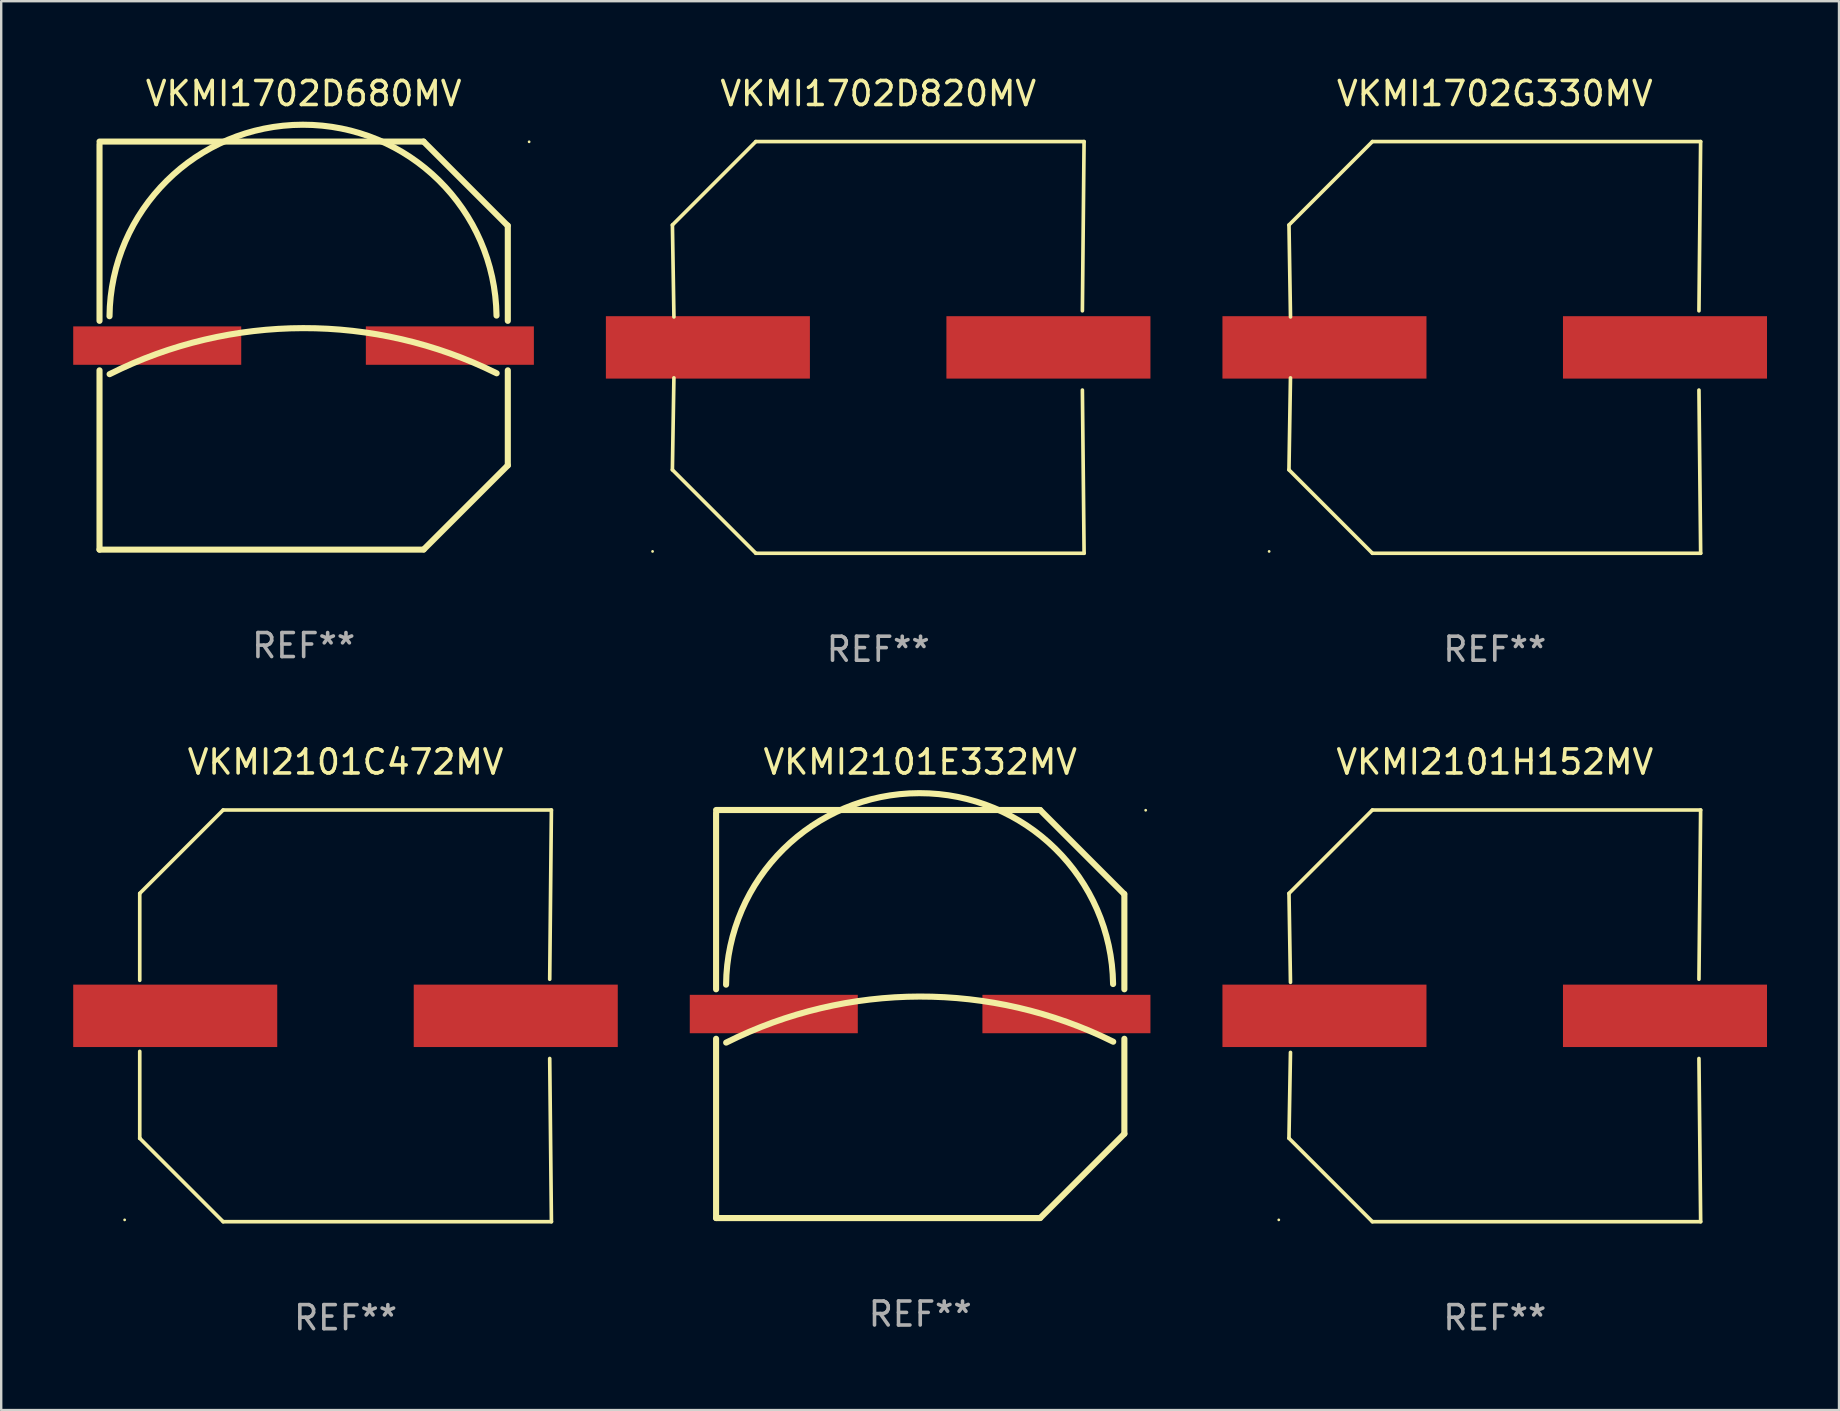
<source format=kicad_pcb>
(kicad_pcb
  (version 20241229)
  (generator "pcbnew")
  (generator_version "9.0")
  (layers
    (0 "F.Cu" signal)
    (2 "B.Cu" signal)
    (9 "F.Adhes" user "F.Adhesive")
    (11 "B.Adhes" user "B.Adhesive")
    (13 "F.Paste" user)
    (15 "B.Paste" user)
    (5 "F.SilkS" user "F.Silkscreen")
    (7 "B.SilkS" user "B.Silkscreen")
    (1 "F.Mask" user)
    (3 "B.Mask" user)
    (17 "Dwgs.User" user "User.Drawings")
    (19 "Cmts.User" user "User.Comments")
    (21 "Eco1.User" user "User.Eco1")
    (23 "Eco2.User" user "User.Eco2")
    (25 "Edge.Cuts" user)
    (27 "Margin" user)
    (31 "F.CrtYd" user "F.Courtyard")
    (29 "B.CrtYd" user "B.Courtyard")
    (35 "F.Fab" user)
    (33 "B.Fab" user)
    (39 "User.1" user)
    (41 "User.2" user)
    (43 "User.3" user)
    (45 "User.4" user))
  (footprint "VKMI1702G330MV"
    (layer "F.Cu")
    (at 59.226 11.424)
    (property "Reference" "VKMI1702G330MV" (at 0 -10.576 0) (layer "F.SilkS") (effects (font (size 1 1) (thickness 0.15))))
    (attr through_hole)
    (fp_line (start -8.576 5.099) (end -8.513 1.269) (stroke (width 0.152) (type solid)) (layer "F.SilkS"))
    (fp_line (start -8.575 -5.101) (end -8.512 -1.271) (stroke (width 0.152) (type solid)) (layer "F.SilkS"))
    (fp_line (start -5.1 -8.576) (end -8.575 -5.101) (stroke (width 0.152) (type solid)) (layer "F.SilkS"))
    (fp_line (start -5.1 8.576) (end -8.576 5.099) (stroke (width 0.152) (type solid)) (layer "F.SilkS"))
    (fp_line (start 8.505 -1.525) (end 8.575 -8.576) (stroke (width 0.152) (type solid)) (layer "F.SilkS"))
    (fp_line (start 8.505 1.777) (end 8.576 8.576) (stroke (width 0.152) (type solid)) (layer "F.SilkS"))
    (fp_line (start 8.575 -8.576) (end -5.1 -8.576) (stroke (width 0.152) (type solid)) (layer "F.SilkS"))
    (fp_line (start 8.576 8.576) (end -5.1 8.576) (stroke (width 0.152) (type solid)) (layer "F.SilkS"))
    (fp_circle (center -9.402 8.499) (end -9.372 8.499) (stroke (width 0.06) (type solid)) (fill no) (layer "F.SilkS"))
    (fp_text user "REF**" (at 0 12.576 0) (layer "F.Fab") (effects (font (size 1 1) (thickness 0.15))))
    (pad "1" smd rect (at -7.097 -0.001) (size 8.5 2.6) (layers "F.Cu" "F.Mask" "F.Paste"))
    (pad "2" smd rect (at 7.09 -0.001) (size 8.5 2.6) (layers "F.Cu" "F.Mask" "F.Paste")))
  (footprint "VKMI1702D820MV"
    (layer "F.Cu")
    (at 33.539 11.424)
    (property "Reference" "VKMI1702D820MV" (at 0 -10.576 0) (layer "F.SilkS") (effects (font (size 1 1) (thickness 0.15))))
    (attr through_hole)
    (fp_line (start -8.576 5.099) (end -8.513 1.269) (stroke (width 0.152) (type solid)) (layer "F.SilkS"))
    (fp_line (start -8.575 -5.101) (end -8.512 -1.271) (stroke (width 0.152) (type solid)) (layer "F.SilkS"))
    (fp_line (start -5.1 -8.576) (end -8.575 -5.101) (stroke (width 0.152) (type solid)) (layer "F.SilkS"))
    (fp_line (start -5.1 8.576) (end -8.576 5.099) (stroke (width 0.152) (type solid)) (layer "F.SilkS"))
    (fp_line (start 8.505 -1.525) (end 8.575 -8.576) (stroke (width 0.152) (type solid)) (layer "F.SilkS"))
    (fp_line (start 8.505 1.777) (end 8.576 8.576) (stroke (width 0.152) (type solid)) (layer "F.SilkS"))
    (fp_line (start 8.575 -8.576) (end -5.1 -8.576) (stroke (width 0.152) (type solid)) (layer "F.SilkS"))
    (fp_line (start 8.576 8.576) (end -5.1 8.576) (stroke (width 0.152) (type solid)) (layer "F.SilkS"))
    (fp_circle (center -9.402 8.499) (end -9.372 8.499) (stroke (width 0.06) (type solid)) (fill no) (layer "F.SilkS"))
    (fp_text user "REF**" (at 0 12.576 0) (layer "F.Fab") (effects (font (size 1 1) (thickness 0.15))))
    (pad "1" smd rect (at -7.097 -0.001) (size 8.5 2.6) (layers "F.Cu" "F.Mask" "F.Paste"))
    (pad "2" smd rect (at 7.09 -0.001) (size 8.5 2.6) (layers "F.Cu" "F.Mask" "F.Paste")))
  (footprint "VKMI2101H152MV"
    (layer "F.Cu")
    (at 59.226 39.272)
    (property "Reference" "VKMI2101H152MV" (at 0 -10.576 0) (layer "F.SilkS") (effects (font (size 1 1) (thickness 0.15))))
    (attr through_hole)
    (fp_line (start -8.576 5.099) (end -8.513 1.523) (stroke (width 0.152) (type solid)) (layer "F.SilkS"))
    (fp_line (start -8.575 -5.101) (end -8.513 -1.398) (stroke (width 0.152) (type solid)) (layer "F.SilkS"))
    (fp_line (start -5.1 -8.576) (end -8.575 -5.101) (stroke (width 0.152) (type solid)) (layer "F.SilkS"))
    (fp_line (start -5.1 8.576) (end -8.576 5.099) (stroke (width 0.152) (type solid)) (layer "F.SilkS"))
    (fp_line (start 8.505 -1.525) (end 8.575 -8.576) (stroke (width 0.152) (type solid)) (layer "F.SilkS"))
    (fp_line (start 8.505 1.777) (end 8.576 8.576) (stroke (width 0.152) (type solid)) (layer "F.SilkS"))
    (fp_line (start 8.575 -8.576) (end -5.1 -8.576) (stroke (width 0.152) (type solid)) (layer "F.SilkS"))
    (fp_line (start 8.576 8.576) (end -5.1 8.576) (stroke (width 0.152) (type solid)) (layer "F.SilkS"))
    (fp_circle (center -9 8.5) (end -8.97 8.5) (stroke (width 0.06) (type solid)) (fill no) (layer "F.SilkS"))
    (fp_text user "REF**" (at 0 12.576 0) (layer "F.Fab") (effects (font (size 1 1) (thickness 0.15))))
    (pad "1" smd rect (at -7.097 -0.001) (size 8.5 2.6) (layers "F.Cu" "F.Mask" "F.Paste"))
    (pad "2" smd rect (at 7.09 -0.001) (size 8.5 2.6) (layers "F.Cu" "F.Mask" "F.Paste")))
  (footprint "VKMI2101E332MV"
    (layer "F.Cu")
    (at 35.288 39.196)
    (property "Reference" "VKMI2101E332MV" (at 0 -10.5 0) (layer "F.SilkS") (effects (font (size 1 1) (thickness 0.15))))
    (attr through_hole)
    (fp_line (start -8.505 -1.031) (end -8.505 -8.39) (stroke (width 0.254) (type solid)) (layer "F.SilkS"))
    (fp_line (start -8.505 8.5) (end -8.505 1.031) (stroke (width 0.254) (type solid)) (layer "F.SilkS"))
    (fp_line (start -8.505 8.5) (end 4.995 8.5) (stroke (width 0.254) (type solid)) (layer "F.SilkS"))
    (fp_line (start 4.995 -8.5) (end -8.505 -8.5) (stroke (width 0.254) (type solid)) (layer "F.SilkS"))
    (fp_line (start 8.495 -5) (end 4.996 -8.499) (stroke (width 0.254) (type solid)) (layer "F.SilkS"))
    (fp_line (start 8.505 -1.031) (end 8.505 -5) (stroke (width 0.254) (type solid)) (layer "F.SilkS"))
    (fp_line (start 8.505 4.99) (end 5.006 8.489) (stroke (width 0.254) (type solid)) (layer "F.SilkS"))
    (fp_line (start 8.505 4.99) (end 8.505 1.031) (stroke (width 0.254) (type solid)) (layer "F.SilkS"))
    (fp_arc (start -8.088785 -1.223851) (mid -0.039808 -9.201014) (end 8.035014 -1.250013) (stroke (width 0.254001) (type solid)) (layer "F.SilkS"))
    (fp_arc (start -8.085001 1.189992) (mid -0.026494 -0.727673) (end 8.040653 1.153314) (stroke (width 0.254001) (type solid)) (layer "F.SilkS"))
    (fp_circle (center 9.393 -8.49) (end 9.423 -8.49) (stroke (width 0.06) (type solid)) (fill no) (layer "F.SilkS"))
    (fp_text user "REF**" (at 0 12.5 0) (layer "F.Fab") (effects (font (size 1 1) (thickness 0.15))))
    (pad "1" smd rect (at 6.091 0 270) (size 1.6 7) (layers "F.Cu" "F.Mask" "F.Paste"))
    (pad "2" smd rect (at -6.101 0 270) (size 1.6 7) (layers "F.Cu" "F.Mask" "F.Paste")))
  (footprint "VKMI2101C472MV"
    (layer "F.Cu")
    (at 11.347 39.272)
    (property "Reference" "VKMI2101C472MV" (at 0 -10.576 0) (layer "F.SilkS") (effects (font (size 1 1) (thickness 0.15))))
    (attr through_hole)
    (fp_line (start -8.575 -5.101) (end -8.575 -1.481) (stroke (width 0.152) (type solid)) (layer "F.SilkS"))
    (fp_line (start -8.575 1.48) (end -8.575 5.098) (stroke (width 0.152) (type solid)) (layer "F.SilkS"))
    (fp_line (start -8.575 5.098) (end -8.576 5.099) (stroke (width 0.152) (type solid)) (layer "F.SilkS"))
    (fp_line (start -5.1 -8.576) (end -8.575 -5.101) (stroke (width 0.152) (type solid)) (layer "F.SilkS"))
    (fp_line (start -5.1 8.576) (end -8.576 5.099) (stroke (width 0.152) (type solid)) (layer "F.SilkS"))
    (fp_line (start 8.505 -1.525) (end 8.575 -8.576) (stroke (width 0.152) (type solid)) (layer "F.SilkS"))
    (fp_line (start 8.505 1.777) (end 8.576 8.576) (stroke (width 0.152) (type solid)) (layer "F.SilkS"))
    (fp_line (start 8.575 -8.576) (end -5.1 -8.576) (stroke (width 0.152) (type solid)) (layer "F.SilkS"))
    (fp_line (start 8.576 8.576) (end -5.1 8.576) (stroke (width 0.152) (type solid)) (layer "F.SilkS"))
    (fp_circle (center -9.204 8.5) (end -9.174 8.5) (stroke (width 0.06) (type solid)) (fill no) (layer "F.SilkS"))
    (fp_text user "REF**" (at 0 12.576 0) (layer "F.Fab") (effects (font (size 1 1) (thickness 0.15))))
    (pad "1" smd rect (at -7.097 -0.001) (size 8.5 2.6) (layers "F.Cu" "F.Mask" "F.Paste"))
    (pad "2" smd rect (at 7.09 -0.001) (size 8.5 2.6) (layers "F.Cu" "F.Mask" "F.Paste")))
  (footprint "VKMI1702D680MV"
    (layer "F.Cu")
    (at 9.601 11.348)
    (property "Reference" "VKMI1702D680MV" (at 0 -10.5 0) (layer "F.SilkS") (effects (font (size 1 1) (thickness 0.15))))
    (attr through_hole)
    (fp_line (start -8.505 -1.031) (end -8.505 -8.39) (stroke (width 0.254) (type solid)) (layer "F.SilkS"))
    (fp_line (start -8.505 8.5) (end -8.505 1.031) (stroke (width 0.254) (type solid)) (layer "F.SilkS"))
    (fp_line (start -8.505 8.5) (end 4.995 8.5) (stroke (width 0.254) (type solid)) (layer "F.SilkS"))
    (fp_line (start 4.995 -8.5) (end -8.505 -8.5) (stroke (width 0.254) (type solid)) (layer "F.SilkS"))
    (fp_line (start 8.495 -5) (end 4.996 -8.499) (stroke (width 0.254) (type solid)) (layer "F.SilkS"))
    (fp_line (start 8.505 -1.031) (end 8.505 -5) (stroke (width 0.254) (type solid)) (layer "F.SilkS"))
    (fp_line (start 8.505 4.99) (end 5.006 8.489) (stroke (width 0.254) (type solid)) (layer "F.SilkS"))
    (fp_line (start 8.505 4.99) (end 8.505 1.031) (stroke (width 0.254) (type solid)) (layer "F.SilkS"))
    (fp_arc (start -8.088785 -1.223851) (mid -0.039808 -9.201014) (end 8.035014 -1.250013) (stroke (width 0.254001) (type solid)) (layer "F.SilkS"))
    (fp_arc (start -8.085001 1.189992) (mid -0.026494 -0.727673) (end 8.040653 1.153314) (stroke (width 0.254001) (type solid)) (layer "F.SilkS"))
    (fp_circle (center 9.393 -8.49) (end 9.423 -8.49) (stroke (width 0.06) (type solid)) (fill no) (layer "F.SilkS"))
    (fp_text user "REF**" (at 0 12.5 0) (layer "F.Fab") (effects (font (size 1 1) (thickness 0.15))))
    (pad "1" smd rect (at 6.091 0 270) (size 1.6 7) (layers "F.Cu" "F.Mask" "F.Paste"))
    (pad "2" smd rect (at -6.101 0 270) (size 1.6 7) (layers "F.Cu" "F.Mask" "F.Paste")))
  (gr_rect
    (start -3 -3)
    (end 73.566 55.696)
    (stroke (width 0.1) (type default))
    (fill no)
    (layer "Edge.Cuts")))
</source>
